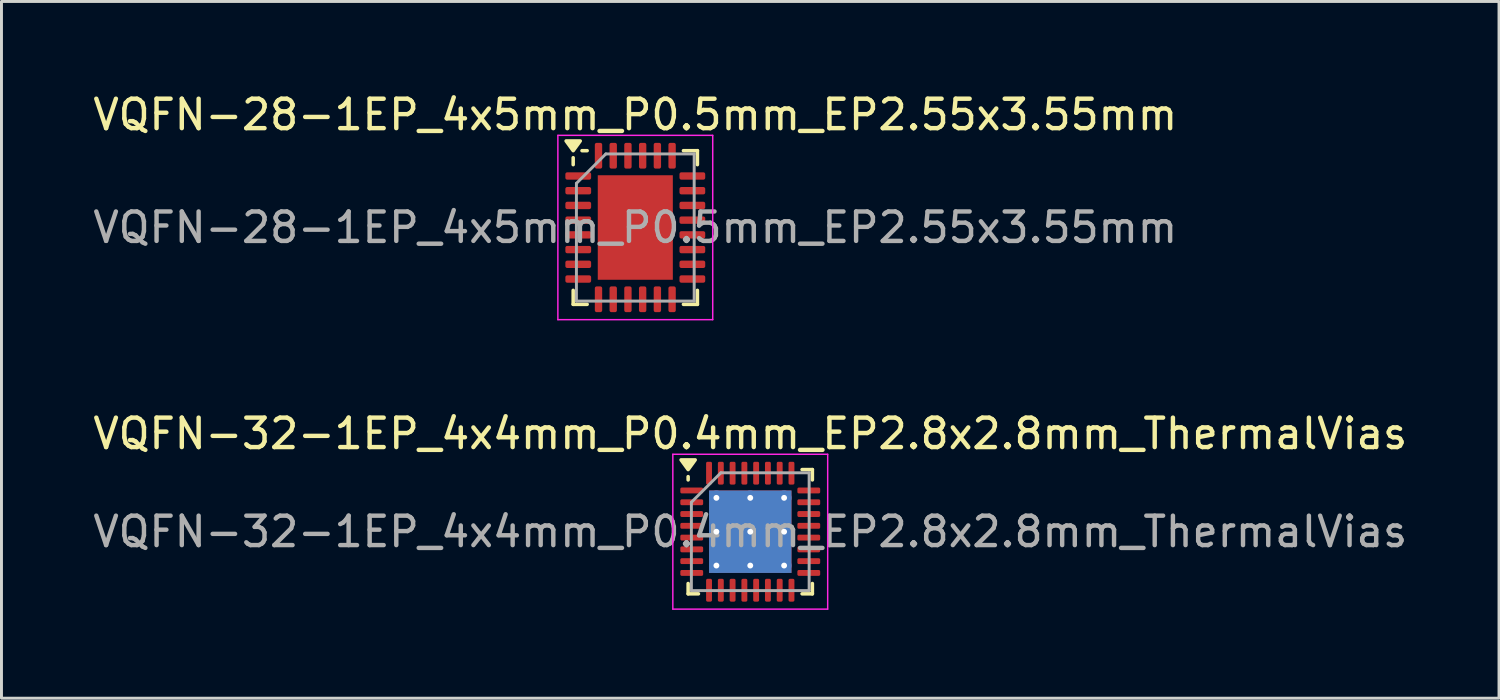
<source format=kicad_pcb>
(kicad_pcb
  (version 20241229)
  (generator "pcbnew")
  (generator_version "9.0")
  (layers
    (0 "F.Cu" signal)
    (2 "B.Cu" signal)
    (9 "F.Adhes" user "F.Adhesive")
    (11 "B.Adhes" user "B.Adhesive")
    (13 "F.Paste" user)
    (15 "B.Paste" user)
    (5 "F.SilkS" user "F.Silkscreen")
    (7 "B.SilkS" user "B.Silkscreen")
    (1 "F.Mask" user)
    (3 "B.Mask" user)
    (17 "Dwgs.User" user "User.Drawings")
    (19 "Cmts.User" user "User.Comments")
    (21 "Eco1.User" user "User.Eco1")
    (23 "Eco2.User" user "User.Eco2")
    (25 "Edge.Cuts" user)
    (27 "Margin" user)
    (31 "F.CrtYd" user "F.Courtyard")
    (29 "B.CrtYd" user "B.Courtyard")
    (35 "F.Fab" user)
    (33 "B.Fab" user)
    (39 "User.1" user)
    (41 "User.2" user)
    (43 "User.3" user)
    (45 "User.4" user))
  (footprint "VQFN-28-1EP_4x5mm_P0.5mm_EP2.55x3.55mm"
    (layer "F.Cu")
    (at 18.53 4.678)
    (property "Reference" "VQFN-28-1EP_4x5mm_P0.5mm_EP2.55x3.55mm" (at 0 -3.83 0) (layer "F.SilkS") (effects (font (size 1 1) (thickness 0.15))))
    (attr smd)
    (fp_line (start -2.11 -2.135) (end -2.11 -2.37) (stroke (width 0.12) (type solid)) (layer "F.SilkS"))
    (fp_line (start -2.11 2.61) (end -2.11 2.135) (stroke (width 0.12) (type solid)) (layer "F.SilkS"))
    (fp_line (start -1.635 -2.61) (end -1.81 -2.61) (stroke (width 0.12) (type solid)) (layer "F.SilkS"))
    (fp_line (start -1.635 2.61) (end -2.11 2.61) (stroke (width 0.12) (type solid)) (layer "F.SilkS"))
    (fp_line (start 1.635 -2.61) (end 2.11 -2.61) (stroke (width 0.12) (type solid)) (layer "F.SilkS"))
    (fp_line (start 1.635 2.61) (end 2.11 2.61) (stroke (width 0.12) (type solid)) (layer "F.SilkS"))
    (fp_line (start 2.11 -2.61) (end 2.11 -2.135) (stroke (width 0.12) (type solid)) (layer "F.SilkS"))
    (fp_line (start 2.11 2.61) (end 2.11 2.135) (stroke (width 0.12) (type solid)) (layer "F.SilkS"))
    (fp_poly (pts (xy -2.11 -2.61) (xy -2.35 -2.94) (xy -1.87 -2.94) (xy -2.11 -2.61)) (stroke (width 0.12) (type solid)) (fill yes) (layer "F.SilkS"))
    (fp_line (start -2.63 -3.13) (end -2.63 3.13) (stroke (width 0.05) (type solid)) (layer "F.CrtYd"))
    (fp_line (start -2.63 3.13) (end 2.63 3.13) (stroke (width 0.05) (type solid)) (layer "F.CrtYd"))
    (fp_line (start 2.63 -3.13) (end -2.63 -3.13) (stroke (width 0.05) (type solid)) (layer "F.CrtYd"))
    (fp_line (start 2.63 3.13) (end 2.63 -3.13) (stroke (width 0.05) (type solid)) (layer "F.CrtYd"))
    (fp_line (start -2 -1.5) (end -1 -2.5) (stroke (width 0.1) (type solid)) (layer "F.Fab"))
    (fp_line (start -2 2.5) (end -2 -1.5) (stroke (width 0.1) (type solid)) (layer "F.Fab"))
    (fp_line (start -1 -2.5) (end 2 -2.5) (stroke (width 0.1) (type solid)) (layer "F.Fab"))
    (fp_line (start 2 -2.5) (end 2 2.5) (stroke (width 0.1) (type solid)) (layer "F.Fab"))
    (fp_line (start 2 2.5) (end -2 2.5) (stroke (width 0.1) (type solid)) (layer "F.Fab"))
    (fp_text user "${REFERENCE}" (at 0 0 0) (layer "F.Fab") (effects (font (size 1 1) (thickness 0.15))))
    (pad "" smd roundrect (at -0.635 -1.18) (size 1.03 0.95) (layers "F.Paste") (roundrect_rratio 0.25))
    (pad "" smd roundrect (at -0.635 0) (size 1.03 0.95) (layers "F.Paste") (roundrect_rratio 0.25))
    (pad "" smd roundrect (at -0.635 1.18) (size 1.03 0.95) (layers "F.Paste") (roundrect_rratio 0.25))
    (pad "" smd roundrect (at 0.635 -1.18) (size 1.03 0.95) (layers "F.Paste") (roundrect_rratio 0.25))
    (pad "" smd roundrect (at 0.635 0) (size 1.03 0.95) (layers "F.Paste") (roundrect_rratio 0.25))
    (pad "" smd roundrect (at 0.635 1.18) (size 1.03 0.95) (layers "F.Paste") (roundrect_rratio 0.25))
    (pad "1" smd roundrect (at -1.938 -1.75) (size 0.875 0.25) (layers "F.Cu" "F.Mask" "F.Paste") (roundrect_rratio 0.25))
    (pad "2" smd roundrect (at -1.938 -1.25) (size 0.875 0.25) (layers "F.Cu" "F.Mask" "F.Paste") (roundrect_rratio 0.25))
    (pad "3" smd roundrect (at -1.938 -0.75) (size 0.875 0.25) (layers "F.Cu" "F.Mask" "F.Paste") (roundrect_rratio 0.25))
    (pad "4" smd roundrect (at -1.938 -0.25) (size 0.875 0.25) (layers "F.Cu" "F.Mask" "F.Paste") (roundrect_rratio 0.25))
    (pad "5" smd roundrect (at -1.938 0.25) (size 0.875 0.25) (layers "F.Cu" "F.Mask" "F.Paste") (roundrect_rratio 0.25))
    (pad "6" smd roundrect (at -1.938 0.75) (size 0.875 0.25) (layers "F.Cu" "F.Mask" "F.Paste") (roundrect_rratio 0.25))
    (pad "7" smd roundrect (at -1.938 1.25) (size 0.875 0.25) (layers "F.Cu" "F.Mask" "F.Paste") (roundrect_rratio 0.25))
    (pad "8" smd roundrect (at -1.938 1.75) (size 0.875 0.25) (layers "F.Cu" "F.Mask" "F.Paste") (roundrect_rratio 0.25))
    (pad "9" smd roundrect (at -1.25 2.438) (size 0.25 0.875) (layers "F.Cu" "F.Mask" "F.Paste") (roundrect_rratio 0.25))
    (pad "10" smd roundrect (at -0.75 2.438) (size 0.25 0.875) (layers "F.Cu" "F.Mask" "F.Paste") (roundrect_rratio 0.25))
    (pad "11" smd roundrect (at -0.25 2.438) (size 0.25 0.875) (layers "F.Cu" "F.Mask" "F.Paste") (roundrect_rratio 0.25))
    (pad "12" smd roundrect (at 0.25 2.438) (size 0.25 0.875) (layers "F.Cu" "F.Mask" "F.Paste") (roundrect_rratio 0.25))
    (pad "13" smd roundrect (at 0.75 2.438) (size 0.25 0.875) (layers "F.Cu" "F.Mask" "F.Paste") (roundrect_rratio 0.25))
    (pad "14" smd roundrect (at 1.25 2.438) (size 0.25 0.875) (layers "F.Cu" "F.Mask" "F.Paste") (roundrect_rratio 0.25))
    (pad "15" smd roundrect (at 1.938 1.75) (size 0.875 0.25) (layers "F.Cu" "F.Mask" "F.Paste") (roundrect_rratio 0.25))
    (pad "16" smd roundrect (at 1.938 1.25) (size 0.875 0.25) (layers "F.Cu" "F.Mask" "F.Paste") (roundrect_rratio 0.25))
    (pad "17" smd roundrect (at 1.938 0.75) (size 0.875 0.25) (layers "F.Cu" "F.Mask" "F.Paste") (roundrect_rratio 0.25))
    (pad "18" smd roundrect (at 1.938 0.25) (size 0.875 0.25) (layers "F.Cu" "F.Mask" "F.Paste") (roundrect_rratio 0.25))
    (pad "19" smd roundrect (at 1.938 -0.25) (size 0.875 0.25) (layers "F.Cu" "F.Mask" "F.Paste") (roundrect_rratio 0.25))
    (pad "20" smd roundrect (at 1.938 -0.75) (size 0.875 0.25) (layers "F.Cu" "F.Mask" "F.Paste") (roundrect_rratio 0.25))
    (pad "21" smd roundrect (at 1.938 -1.25) (size 0.875 0.25) (layers "F.Cu" "F.Mask" "F.Paste") (roundrect_rratio 0.25))
    (pad "22" smd roundrect (at 1.938 -1.75) (size 0.875 0.25) (layers "F.Cu" "F.Mask" "F.Paste") (roundrect_rratio 0.25))
    (pad "23" smd roundrect (at 1.25 -2.438) (size 0.25 0.875) (layers "F.Cu" "F.Mask" "F.Paste") (roundrect_rratio 0.25))
    (pad "24" smd roundrect (at 0.75 -2.438) (size 0.25 0.875) (layers "F.Cu" "F.Mask" "F.Paste") (roundrect_rratio 0.25))
    (pad "25" smd roundrect (at 0.25 -2.438) (size 0.25 0.875) (layers "F.Cu" "F.Mask" "F.Paste") (roundrect_rratio 0.25))
    (pad "26" smd roundrect (at -0.25 -2.438) (size 0.25 0.875) (layers "F.Cu" "F.Mask" "F.Paste") (roundrect_rratio 0.25))
    (pad "27" smd roundrect (at -0.75 -2.438) (size 0.25 0.875) (layers "F.Cu" "F.Mask" "F.Paste") (roundrect_rratio 0.25))
    (pad "28" smd roundrect (at -1.25 -2.438) (size 0.25 0.875) (layers "F.Cu" "F.Mask" "F.Paste") (roundrect_rratio 0.25))
    (pad "29" smd rect (at 0 0) (size 2.55 3.55) (property pad_prop_heatsink) (layers "F.Cu" "F.Mask")))
  (footprint "VQFN-32-1EP_4x4mm_P0.4mm_EP2.8x2.8mm_ThermalVias"
    (layer "F.Cu")
    (at 22.435 15.011)
    (property "Reference" "VQFN-32-1EP_4x4mm_P0.4mm_EP2.8x2.8mm_ThermalVias" (at 0 -3.33 0) (layer "F.SilkS") (effects (font (size 1 1) (thickness 0.15))))
    (attr smd)
    (fp_line (start -2.11 -1.76) (end -2.11 -1.87) (stroke (width 0.12) (type solid)) (layer "F.SilkS"))
    (fp_line (start -2.11 2.11) (end -2.11 1.76) (stroke (width 0.12) (type solid)) (layer "F.SilkS"))
    (fp_line (start -1.76 2.11) (end -2.11 2.11) (stroke (width 0.12) (type solid)) (layer "F.SilkS"))
    (fp_line (start 1.76 -2.11) (end 2.11 -2.11) (stroke (width 0.12) (type solid)) (layer "F.SilkS"))
    (fp_line (start 1.76 2.11) (end 2.11 2.11) (stroke (width 0.12) (type solid)) (layer "F.SilkS"))
    (fp_line (start 2.11 -2.11) (end 2.11 -1.76) (stroke (width 0.12) (type solid)) (layer "F.SilkS"))
    (fp_line (start 2.11 2.11) (end 2.11 1.76) (stroke (width 0.12) (type solid)) (layer "F.SilkS"))
    (fp_poly (pts (xy -2.11 -2.11) (xy -2.35 -2.44) (xy -1.87 -2.44) (xy -2.11 -2.11)) (stroke (width 0.12) (type solid)) (fill yes) (layer "F.SilkS"))
    (fp_line (start -2.63 -2.63) (end -2.63 2.63) (stroke (width 0.05) (type solid)) (layer "F.CrtYd"))
    (fp_line (start -2.63 2.63) (end 2.63 2.63) (stroke (width 0.05) (type solid)) (layer "F.CrtYd"))
    (fp_line (start 2.63 -2.63) (end -2.63 -2.63) (stroke (width 0.05) (type solid)) (layer "F.CrtYd"))
    (fp_line (start 2.63 2.63) (end 2.63 -2.63) (stroke (width 0.05) (type solid)) (layer "F.CrtYd"))
    (fp_line (start -2 -1) (end -1 -2) (stroke (width 0.1) (type solid)) (layer "F.Fab"))
    (fp_line (start -2 2) (end -2 -1) (stroke (width 0.1) (type solid)) (layer "F.Fab"))
    (fp_line (start -1 -2) (end 2 -2) (stroke (width 0.1) (type solid)) (layer "F.Fab"))
    (fp_line (start 2 -2) (end 2 2) (stroke (width 0.1) (type solid)) (layer "F.Fab"))
    (fp_line (start 2 2) (end -2 2) (stroke (width 0.1) (type solid)) (layer "F.Fab"))
    (fp_text user "${REFERENCE}" (at 0 0 0) (layer "F.Fab") (effects (font (size 1 1) (thickness 0.15))))
    (pad "" smd roundrect (at -0.7 -0.7) (size 1.17 1.17) (layers "F.Paste") (roundrect_rratio 0.214))
    (pad "" smd roundrect (at -0.7 0.7) (size 1.17 1.17) (layers "F.Paste") (roundrect_rratio 0.214))
    (pad "" smd roundrect (at 0.7 -0.7) (size 1.17 1.17) (layers "F.Paste") (roundrect_rratio 0.214))
    (pad "" smd roundrect (at 0.7 0.7) (size 1.17 1.17) (layers "F.Paste") (roundrect_rratio 0.214))
    (pad "1" smd roundrect (at -1.988 -1.4) (size 0.775 0.2) (layers "F.Cu" "F.Mask" "F.Paste") (roundrect_rratio 0.25))
    (pad "2" smd roundrect (at -1.988 -1) (size 0.775 0.2) (layers "F.Cu" "F.Mask" "F.Paste") (roundrect_rratio 0.25))
    (pad "3" smd roundrect (at -1.988 -0.6) (size 0.775 0.2) (layers "F.Cu" "F.Mask" "F.Paste") (roundrect_rratio 0.25))
    (pad "4" smd roundrect (at -1.988 -0.2) (size 0.775 0.2) (layers "F.Cu" "F.Mask" "F.Paste") (roundrect_rratio 0.25))
    (pad "5" smd roundrect (at -1.988 0.2) (size 0.775 0.2) (layers "F.Cu" "F.Mask" "F.Paste") (roundrect_rratio 0.25))
    (pad "6" smd roundrect (at -1.988 0.6) (size 0.775 0.2) (layers "F.Cu" "F.Mask" "F.Paste") (roundrect_rratio 0.25))
    (pad "7" smd roundrect (at -1.988 1) (size 0.775 0.2) (layers "F.Cu" "F.Mask" "F.Paste") (roundrect_rratio 0.25))
    (pad "8" smd roundrect (at -1.988 1.4) (size 0.775 0.2) (layers "F.Cu" "F.Mask" "F.Paste") (roundrect_rratio 0.25))
    (pad "9" smd roundrect (at -1.4 1.988) (size 0.2 0.775) (layers "F.Cu" "F.Mask" "F.Paste") (roundrect_rratio 0.25))
    (pad "10" smd roundrect (at -1 1.988) (size 0.2 0.775) (layers "F.Cu" "F.Mask" "F.Paste") (roundrect_rratio 0.25))
    (pad "11" smd roundrect (at -0.6 1.988) (size 0.2 0.775) (layers "F.Cu" "F.Mask" "F.Paste") (roundrect_rratio 0.25))
    (pad "12" smd roundrect (at -0.2 1.988) (size 0.2 0.775) (layers "F.Cu" "F.Mask" "F.Paste") (roundrect_rratio 0.25))
    (pad "13" smd roundrect (at 0.2 1.988) (size 0.2 0.775) (layers "F.Cu" "F.Mask" "F.Paste") (roundrect_rratio 0.25))
    (pad "14" smd roundrect (at 0.6 1.988) (size 0.2 0.775) (layers "F.Cu" "F.Mask" "F.Paste") (roundrect_rratio 0.25))
    (pad "15" smd roundrect (at 1 1.988) (size 0.2 0.775) (layers "F.Cu" "F.Mask" "F.Paste") (roundrect_rratio 0.25))
    (pad "16" smd roundrect (at 1.4 1.988) (size 0.2 0.775) (layers "F.Cu" "F.Mask" "F.Paste") (roundrect_rratio 0.25))
    (pad "17" smd roundrect (at 1.988 1.4) (size 0.775 0.2) (layers "F.Cu" "F.Mask" "F.Paste") (roundrect_rratio 0.25))
    (pad "18" smd roundrect (at 1.988 1) (size 0.775 0.2) (layers "F.Cu" "F.Mask" "F.Paste") (roundrect_rratio 0.25))
    (pad "19" smd roundrect (at 1.988 0.6) (size 0.775 0.2) (layers "F.Cu" "F.Mask" "F.Paste") (roundrect_rratio 0.25))
    (pad "20" smd roundrect (at 1.988 0.2) (size 0.775 0.2) (layers "F.Cu" "F.Mask" "F.Paste") (roundrect_rratio 0.25))
    (pad "21" smd roundrect (at 1.988 -0.2) (size 0.775 0.2) (layers "F.Cu" "F.Mask" "F.Paste") (roundrect_rratio 0.25))
    (pad "22" smd roundrect (at 1.988 -0.6) (size 0.775 0.2) (layers "F.Cu" "F.Mask" "F.Paste") (roundrect_rratio 0.25))
    (pad "23" smd roundrect (at 1.988 -1) (size 0.775 0.2) (layers "F.Cu" "F.Mask" "F.Paste") (roundrect_rratio 0.25))
    (pad "24" smd roundrect (at 1.988 -1.4) (size 0.775 0.2) (layers "F.Cu" "F.Mask" "F.Paste") (roundrect_rratio 0.25))
    (pad "25" smd roundrect (at 1.4 -1.988) (size 0.2 0.775) (layers "F.Cu" "F.Mask" "F.Paste") (roundrect_rratio 0.25))
    (pad "26" smd roundrect (at 1 -1.988) (size 0.2 0.775) (layers "F.Cu" "F.Mask" "F.Paste") (roundrect_rratio 0.25))
    (pad "27" smd roundrect (at 0.6 -1.988) (size 0.2 0.775) (layers "F.Cu" "F.Mask" "F.Paste") (roundrect_rratio 0.25))
    (pad "28" smd roundrect (at 0.2 -1.988) (size 0.2 0.775) (layers "F.Cu" "F.Mask" "F.Paste") (roundrect_rratio 0.25))
    (pad "29" smd roundrect (at -0.2 -1.988) (size 0.2 0.775) (layers "F.Cu" "F.Mask" "F.Paste") (roundrect_rratio 0.25))
    (pad "30" smd roundrect (at -0.6 -1.988) (size 0.2 0.775) (layers "F.Cu" "F.Mask" "F.Paste") (roundrect_rratio 0.25))
    (pad "31" smd roundrect (at -1 -1.988) (size 0.2 0.775) (layers "F.Cu" "F.Mask" "F.Paste") (roundrect_rratio 0.25))
    (pad "32" smd roundrect (at -1.4 -1.988) (size 0.2 0.775) (layers "F.Cu" "F.Mask" "F.Paste") (roundrect_rratio 0.25))
    (pad "33" thru_hole circle (at -1.15 -1.15) (size 0.5 0.5) (drill 0.2) (property pad_prop_heatsink) (layers "*.Cu"))
    (pad "33" thru_hole circle (at -1.15 0) (size 0.5 0.5) (drill 0.2) (property pad_prop_heatsink) (layers "*.Cu"))
    (pad "33" thru_hole circle (at -1.15 1.15) (size 0.5 0.5) (drill 0.2) (property pad_prop_heatsink) (layers "*.Cu"))
    (pad "33" thru_hole circle (at 0 -1.15) (size 0.5 0.5) (drill 0.2) (property pad_prop_heatsink) (layers "*.Cu"))
    (pad "33" thru_hole circle (at 0 0) (size 0.5 0.5) (drill 0.2) (property pad_prop_heatsink) (layers "*.Cu"))
    (pad "33" smd rect (at 0 0) (size 2.8 2.8) (property pad_prop_heatsink) (layers "F.Cu" "F.Mask"))
    (pad "33" smd rect (at 0 0) (size 2.8 2.8) (property pad_prop_heatsink) (layers "B.Cu"))
    (pad "33" thru_hole circle (at 0 1.15) (size 0.5 0.5) (drill 0.2) (property pad_prop_heatsink) (layers "*.Cu"))
    (pad "33" thru_hole circle (at 1.15 -1.15) (size 0.5 0.5) (drill 0.2) (property pad_prop_heatsink) (layers "*.Cu"))
    (pad "33" thru_hole circle (at 1.15 0) (size 0.5 0.5) (drill 0.2) (property pad_prop_heatsink) (layers "*.Cu"))
    (pad "33" thru_hole circle (at 1.15 1.15) (size 0.5 0.5) (drill 0.2) (property pad_prop_heatsink) (layers "*.Cu")))
  (gr_rect
    (start -3 -3)
    (end 47.869 20.666)
    (stroke (width 0.1) (type default))
    (fill no)
    (layer "Edge.Cuts")))
</source>
